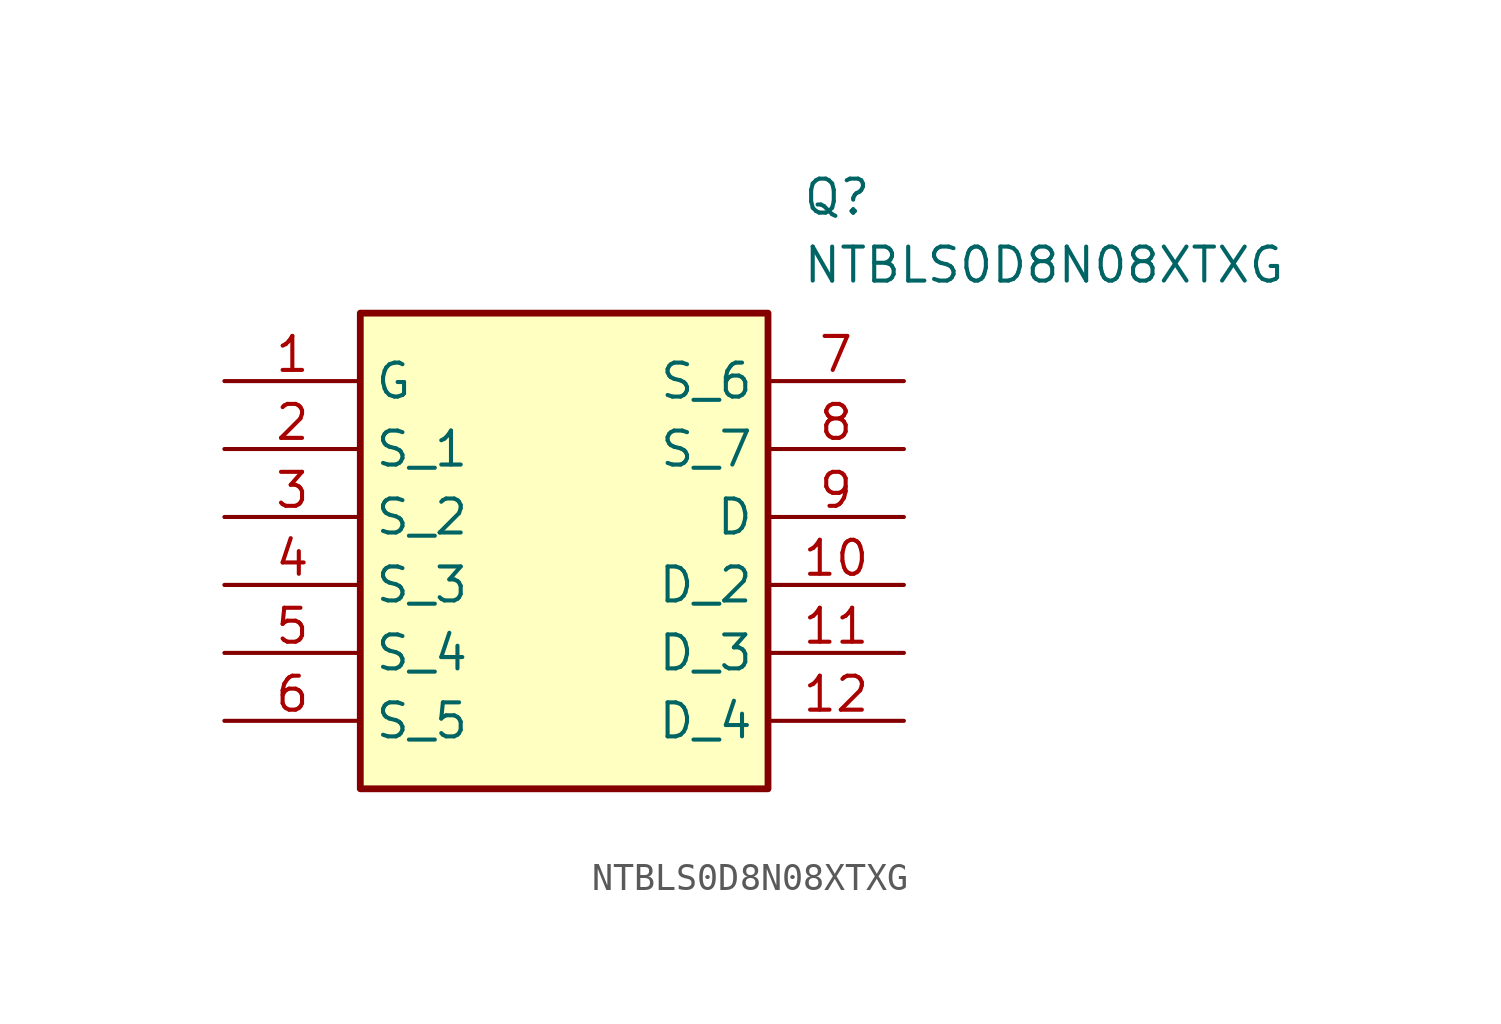
<source format=kicad_sym>
(kicad_symbol_lib
  (version 20211014)
  (generator SamacSys_ECAD_Model)
  (symbol "NTBLS0D8N08XTXG"
    (property "Reference" "Q"
      (at 21.59 7.62 0)
      (effects (font (size 1.27 1.27)) (justify left top)))
    (property "Value" "NTBLS0D8N08XTXG"
      (at 21.59 5.08 0)
      (effects (font (size 1.27 1.27)) (justify left top)))
    (rectangle
      (start 5.08 2.54)
      (end 20.32 -15.24)
      (stroke (width 0.254) (type default))
      (fill (type background)))
    (pin passive line
      (at 0 0 0)
      (length 5.08)
      (name "G" (effects (font (size 1.27 1.27))))
      (number "1" (effects (font (size 1.27 1.27)))))
    (pin passive line
      (at 0 -2.54 0)
      (length 5.08)
      (name "S_1" (effects (font (size 1.27 1.27))))
      (number "2" (effects (font (size 1.27 1.27)))))
    (pin passive line
      (at 0 -5.08 0)
      (length 5.08)
      (name "S_2" (effects (font (size 1.27 1.27))))
      (number "3" (effects (font (size 1.27 1.27)))))
    (pin passive line
      (at 0 -7.62 0)
      (length 5.08)
      (name "S_3" (effects (font (size 1.27 1.27))))
      (number "4" (effects (font (size 1.27 1.27)))))
    (pin passive line
      (at 0 -10.16 0)
      (length 5.08)
      (name "S_4" (effects (font (size 1.27 1.27))))
      (number "5" (effects (font (size 1.27 1.27)))))
    (pin passive line
      (at 0 -12.7 0)
      (length 5.08)
      (name "S_5" (effects (font (size 1.27 1.27))))
      (number "6" (effects (font (size 1.27 1.27)))))
    (pin passive line
      (at 25.4 0 180)
      (length 5.08)
      (name "S_6" (effects (font (size 1.27 1.27))))
      (number "7" (effects (font (size 1.27 1.27)))))
    (pin passive line
      (at 25.4 -2.54 180)
      (length 5.08)
      (name "S_7" (effects (font (size 1.27 1.27))))
      (number "8" (effects (font (size 1.27 1.27)))))
    (pin passive line
      (at 25.4 -5.08 180)
      (length 5.08)
      (name "D" (effects (font (size 1.27 1.27))))
      (number "9" (effects (font (size 1.27 1.27)))))
    (pin passive line
      (at 25.4 -7.62 180)
      (length 5.08)
      (name "D_2" (effects (font (size 1.27 1.27))))
      (number "10" (effects (font (size 1.27 1.27)))))
    (pin passive line
      (at 25.4 -10.16 180)
      (length 5.08)
      (name "D_3" (effects (font (size 1.27 1.27))))
      (number "11" (effects (font (size 1.27 1.27)))))
    (pin passive line
      (at 25.4 -12.7 180)
      (length 5.08)
      (name "D_4" (effects (font (size 1.27 1.27))))
      (number "12" (effects (font (size 1.27 1.27)))))))
</source>
